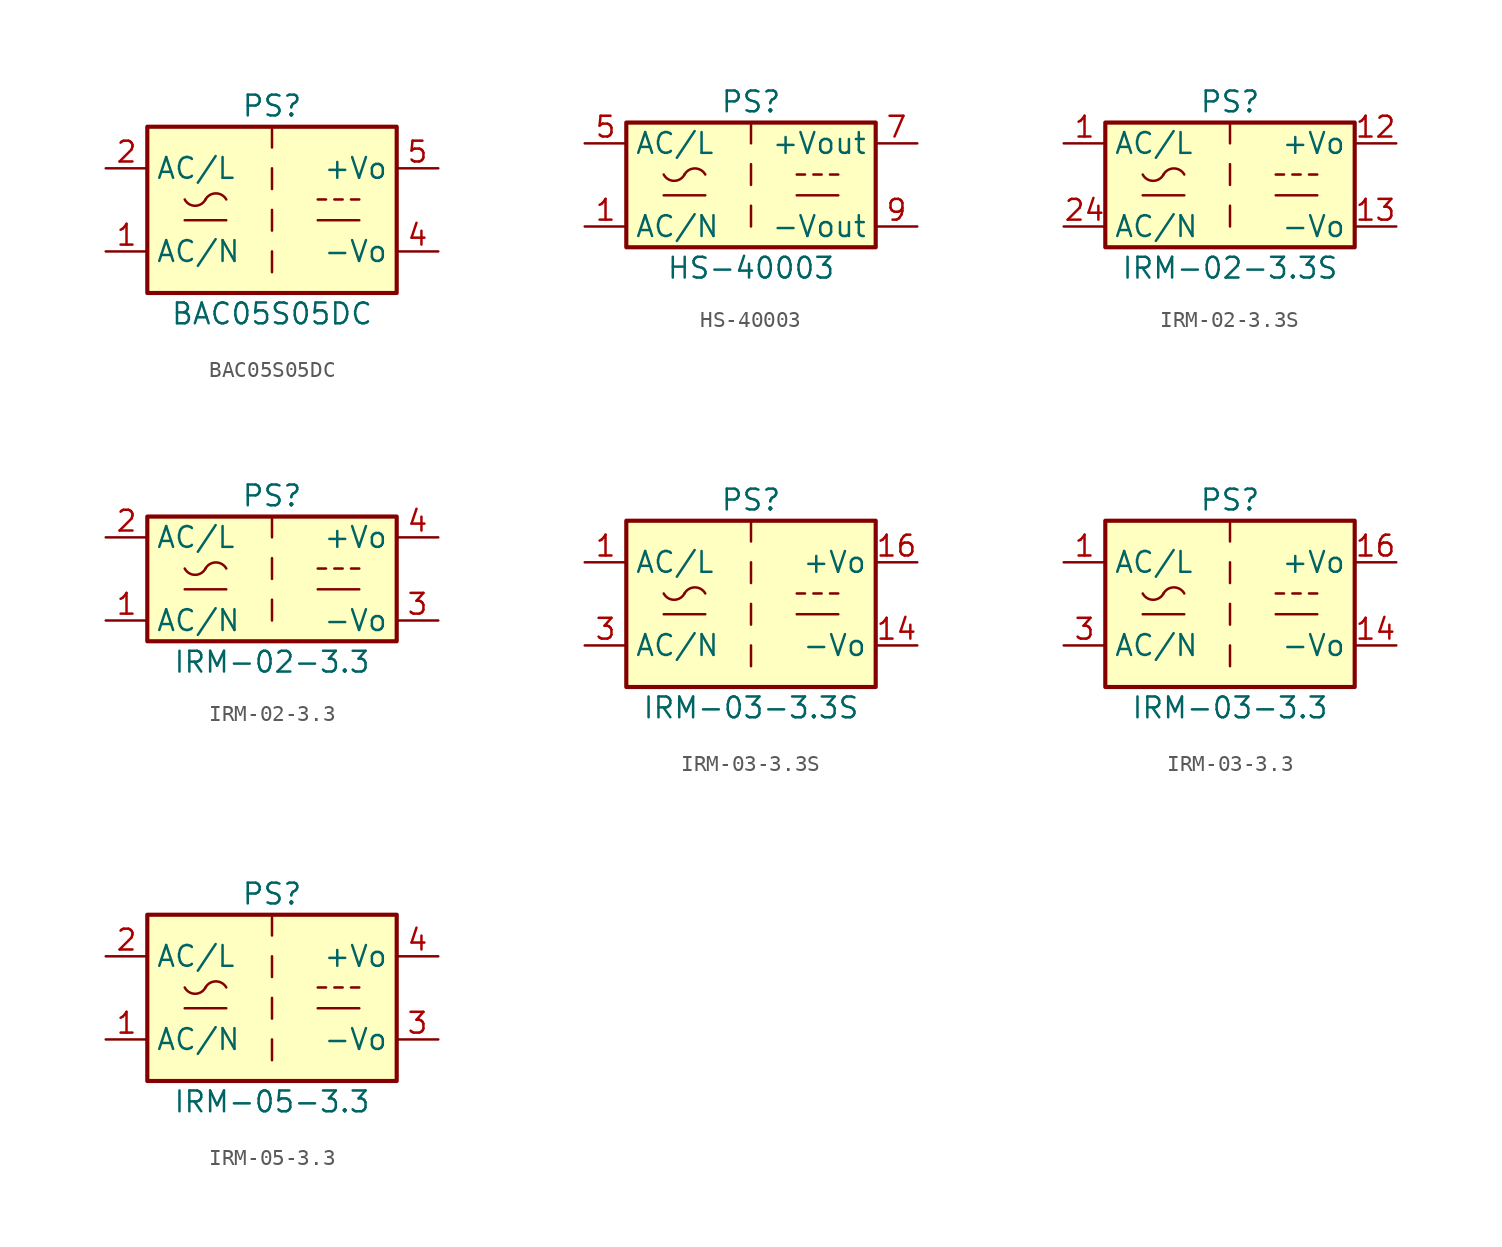
<source format=kicad_sym>
(kicad_symbol_lib
  (version 20241209)
  (generator "kicad_symbol_editor")
  (generator_version "9.0")
  (symbol "BAC05S05DC"
    (property "Reference" "PS"
      (at 0 6.35 0)
      (effects (font (size 1.27 1.27))))
    (property "Value" "BAC05S05DC"
      (at 0 -6.35 0)
      (effects (font (size 1.27 1.27))))
    (symbol "BAC05S05DC_0_1"
      (rectangle (start -7.62 5.08) (end 7.62 -5.08) (stroke (width 0.254) (type default)) (fill (type background)))
      (polyline (pts (xy -5.334 -0.635) (xy -2.794 -0.635)) (stroke (width 0) (type default)) (fill (type none)))
      (arc (start -4.064 0.635) (mid -4.699 0.2495) (end -5.334 0.635) (stroke (width 0) (type default)) (fill (type none)))
      (arc (start -4.064 0.635) (mid -3.429 1.0072) (end -2.794 0.635) (stroke (width 0) (type default)) (fill (type none)))
      (polyline (pts (xy 0 5.08) (xy 0 3.81)) (stroke (width 0) (type default)) (fill (type none)))
      (polyline (pts (xy 0 2.54) (xy 0 1.27)) (stroke (width 0) (type default)) (fill (type none)))
      (polyline (pts (xy 0 0) (xy 0 -1.27)) (stroke (width 0) (type default)) (fill (type none)))
      (polyline (pts (xy 0 -2.54) (xy 0 -3.81)) (stroke (width 0) (type default)) (fill (type none)))
      (polyline (pts (xy 2.794 0.635) (xy 3.302 0.635)) (stroke (width 0) (type default)) (fill (type none)))
      (polyline (pts (xy 2.794 -0.635) (xy 5.334 -0.635)) (stroke (width 0) (type default)) (fill (type none)))
      (polyline (pts (xy 3.81 0.635) (xy 4.318 0.635)) (stroke (width 0) (type default)) (fill (type none)))
      (polyline (pts (xy 4.826 0.635) (xy 5.334 0.635)) (stroke (width 0) (type default)) (fill (type none))))
    (symbol "BAC05S05DC_1_1"
      (pin power_in line (at -10.16 2.54 0) (length 2.54) (name "AC/L" (effects (font (size 1.27 1.27)))) (number "2" (effects (font (size 1.27 1.27)))))
      (pin power_in line (at -10.16 -2.54 0) (length 2.54) (name "AC/N" (effects (font (size 1.27 1.27)))) (number "1" (effects (font (size 1.27 1.27)))))
      (pin no_connect line (at 7.62 0 180) (length 2.54) (hide yes) (name "NC" (effects (font (size 1.27 1.27)))) (number "3" (effects (font (size 1.27 1.27)))))
      (pin power_out line (at 10.16 2.54 180) (length 2.54) (name "+Vo" (effects (font (size 1.27 1.27)))) (number "5" (effects (font (size 1.27 1.27)))))
      (pin power_out line (at 10.16 -2.54 180) (length 2.54) (name "-Vo" (effects (font (size 1.27 1.27)))) (number "4" (effects (font (size 1.27 1.27)))))))
  (symbol "HS-40003"
    (property "Reference" "PS"
      (at 0 5.08 0)
      (effects (font (size 1.27 1.27))))
    (property "Value" "HS-40003"
      (at 0 -5.08 0)
      (effects (font (size 1.27 1.27))))
    (symbol "HS-40003_0_1"
      (rectangle (start -7.62 3.81) (end 7.62 -3.81) (stroke (width 0.254) (type default)) (fill (type background)))
      (polyline (pts (xy -5.334 -0.635) (xy -2.794 -0.635)) (stroke (width 0) (type default)) (fill (type none)))
      (arc (start -4.064 0.635) (mid -4.699 0.2495) (end -5.334 0.635) (stroke (width 0) (type default)) (fill (type none)))
      (arc (start -4.064 0.635) (mid -3.429 1.0072) (end -2.794 0.635) (stroke (width 0) (type default)) (fill (type none)))
      (polyline (pts (xy 2.794 0.635) (xy 3.302 0.635)) (stroke (width 0) (type default)) (fill (type none)))
      (polyline (pts (xy 2.794 -0.635) (xy 5.334 -0.635)) (stroke (width 0) (type default)) (fill (type none)))
      (polyline (pts (xy 3.81 0.635) (xy 4.318 0.635)) (stroke (width 0) (type default)) (fill (type none)))
      (polyline (pts (xy 4.826 0.635) (xy 5.334 0.635)) (stroke (width 0) (type default)) (fill (type none))))
    (symbol "HS-40003_1_1"
      (polyline (pts (xy 0 3.81) (xy 0 2.54)) (stroke (width 0) (type default)) (fill (type none)))
      (polyline (pts (xy 0 1.27) (xy 0 0)) (stroke (width 0) (type default)) (fill (type none)))
      (polyline (pts (xy 0 -1.27) (xy 0 -2.54)) (stroke (width 0) (type default)) (fill (type none)))
      (pin power_in line (at -10.16 2.54 0) (length 2.54) (name "AC/L" (effects (font (size 1.27 1.27)))) (number "5" (effects (font (size 1.27 1.27)))))
      (pin power_in line (at -10.16 -2.54 0) (length 2.54) (name "AC/N" (effects (font (size 1.27 1.27)))) (number "1" (effects (font (size 1.27 1.27)))))
      (pin power_out line (at 10.16 2.54 180) (length 2.54) (name "+Vout" (effects (font (size 1.27 1.27)))) (number "7" (effects (font (size 1.27 1.27)))))
      (pin power_out line (at 10.16 -2.54 180) (length 2.54) (name "-Vout" (effects (font (size 1.27 1.27)))) (number "9" (effects (font (size 1.27 1.27)))))))
  (symbol "IRM-02-3.3S"
    (property "Reference" "PS"
      (at 0 5.08 0)
      (effects (font (size 1.27 1.27))))
    (property "Value" "IRM-02-3.3S"
      (at 0 -5.08 0)
      (effects (font (size 1.27 1.27))))
    (symbol "IRM-02-3.3S_1_1"
      (rectangle (start -7.62 3.81) (end 7.62 -3.81) (stroke (width 0.254) (type default)) (fill (type background)))
      (polyline (pts (xy -5.334 -0.635) (xy -2.794 -0.635)) (stroke (width 0) (type default)) (fill (type none)))
      (arc (start -4.064 0.635) (mid -4.699 0.2495) (end -5.334 0.635) (stroke (width 0) (type default)) (fill (type none)))
      (arc (start -4.064 0.635) (mid -3.429 1.0072) (end -2.794 0.635) (stroke (width 0) (type default)) (fill (type none)))
      (polyline (pts (xy 0 3.81) (xy 0 2.54)) (stroke (width 0) (type default)) (fill (type none)))
      (polyline (pts (xy 0 1.27) (xy 0 0)) (stroke (width 0) (type default)) (fill (type none)))
      (polyline (pts (xy 0 -1.27) (xy 0 -2.54)) (stroke (width 0) (type default)) (fill (type none)))
      (polyline (pts (xy 2.794 0.635) (xy 3.302 0.635)) (stroke (width 0) (type default)) (fill (type none)))
      (polyline (pts (xy 2.794 -0.635) (xy 5.334 -0.635)) (stroke (width 0) (type default)) (fill (type none)))
      (polyline (pts (xy 3.81 0.635) (xy 4.318 0.635)) (stroke (width 0) (type default)) (fill (type none)))
      (polyline (pts (xy 4.826 0.635) (xy 5.334 0.635)) (stroke (width 0) (type default)) (fill (type none)))
      (pin power_in line (at -10.16 2.54 0) (length 2.54) (name "AC/L" (effects (font (size 1.27 1.27)))) (number "1" (effects (font (size 1.27 1.27)))))
      (pin power_in line (at -10.16 -2.54 0) (length 2.54) (name "AC/N" (effects (font (size 1.27 1.27)))) (number "24" (effects (font (size 1.27 1.27)))))
      (pin power_out line (at 10.16 2.54 180) (length 2.54) (name "+Vo" (effects (font (size 1.27 1.27)))) (number "12" (effects (font (size 1.27 1.27)))))
      (pin power_out line (at 10.16 -2.54 180) (length 2.54) (name "-Vo" (effects (font (size 1.27 1.27)))) (number "13" (effects (font (size 1.27 1.27)))))))
  (symbol "IRM-02-3.3"
    (property "Reference" "PS"
      (at 0 5.08 0)
      (effects (font (size 1.27 1.27))))
    (property "Value" "IRM-02-3.3"
      (at 0 -5.08 0)
      (effects (font (size 1.27 1.27))))
    (symbol "IRM-02-3.3_0_1"
      (rectangle (start -7.62 3.81) (end 7.62 -3.81) (stroke (width 0.254) (type default)) (fill (type background)))
      (polyline (pts (xy -5.334 -0.635) (xy -2.794 -0.635)) (stroke (width 0) (type default)) (fill (type none)))
      (arc (start -4.064 0.635) (mid -4.699 0.2495) (end -5.334 0.635) (stroke (width 0) (type default)) (fill (type none)))
      (arc (start -4.064 0.635) (mid -3.429 1.0072) (end -2.794 0.635) (stroke (width 0) (type default)) (fill (type none)))
      (polyline (pts (xy 2.794 0.635) (xy 3.302 0.635)) (stroke (width 0) (type default)) (fill (type none)))
      (polyline (pts (xy 2.794 -0.635) (xy 5.334 -0.635)) (stroke (width 0) (type default)) (fill (type none)))
      (polyline (pts (xy 3.81 0.635) (xy 4.318 0.635)) (stroke (width 0) (type default)) (fill (type none)))
      (polyline (pts (xy 4.826 0.635) (xy 5.334 0.635)) (stroke (width 0) (type default)) (fill (type none))))
    (symbol "IRM-02-3.3_1_1"
      (polyline (pts (xy 0 3.81) (xy 0 2.54)) (stroke (width 0) (type default)) (fill (type none)))
      (polyline (pts (xy 0 1.27) (xy 0 0)) (stroke (width 0) (type default)) (fill (type none)))
      (polyline (pts (xy 0 -1.27) (xy 0 -2.54)) (stroke (width 0) (type default)) (fill (type none)))
      (pin power_in line (at -10.16 2.54 0) (length 2.54) (name "AC/L" (effects (font (size 1.27 1.27)))) (number "2" (effects (font (size 1.27 1.27)))))
      (pin power_in line (at -10.16 -2.54 0) (length 2.54) (name "AC/N" (effects (font (size 1.27 1.27)))) (number "1" (effects (font (size 1.27 1.27)))))
      (pin power_out line (at 10.16 2.54 180) (length 2.54) (name "+Vo" (effects (font (size 1.27 1.27)))) (number "4" (effects (font (size 1.27 1.27)))))
      (pin power_out line (at 10.16 -2.54 180) (length 2.54) (name "-Vo" (effects (font (size 1.27 1.27)))) (number "3" (effects (font (size 1.27 1.27)))))))
  (symbol "IRM-03-3.3S"
    (property "Reference" "PS"
      (at 0 6.35 0)
      (effects (font (size 1.27 1.27))))
    (property "Value" "IRM-03-3.3S"
      (at 0 -6.35 0)
      (effects (font (size 1.27 1.27))))
    (symbol "IRM-03-3.3S_0_1"
      (rectangle (start -7.62 5.08) (end 7.62 -5.08) (stroke (width 0.254) (type default)) (fill (type background)))
      (polyline (pts (xy -5.334 -0.635) (xy -2.794 -0.635)) (stroke (width 0) (type default)) (fill (type none)))
      (arc (start -4.064 0.635) (mid -4.699 0.2495) (end -5.334 0.635) (stroke (width 0) (type default)) (fill (type none)))
      (arc (start -4.064 0.635) (mid -3.429 1.0072) (end -2.794 0.635) (stroke (width 0) (type default)) (fill (type none)))
      (polyline (pts (xy 0 5.08) (xy 0 3.81)) (stroke (width 0) (type default)) (fill (type none)))
      (polyline (pts (xy 0 2.54) (xy 0 1.27)) (stroke (width 0) (type default)) (fill (type none)))
      (polyline (pts (xy 0 0) (xy 0 -1.27)) (stroke (width 0) (type default)) (fill (type none)))
      (polyline (pts (xy 0 -2.54) (xy 0 -3.81)) (stroke (width 0) (type default)) (fill (type none)))
      (polyline (pts (xy 2.794 0.635) (xy 3.302 0.635)) (stroke (width 0) (type default)) (fill (type none)))
      (polyline (pts (xy 2.794 -0.635) (xy 5.334 -0.635)) (stroke (width 0) (type default)) (fill (type none)))
      (polyline (pts (xy 3.81 0.635) (xy 4.318 0.635)) (stroke (width 0) (type default)) (fill (type none)))
      (polyline (pts (xy 4.826 0.635) (xy 5.334 0.635)) (stroke (width 0) (type default)) (fill (type none))))
    (symbol "IRM-03-3.3S_1_1"
      (pin power_in line (at -10.16 2.54 0) (length 2.54) (name "AC/L" (effects (font (size 1.27 1.27)))) (number "1" (effects (font (size 1.27 1.27)))))
      (pin power_in line (at -10.16 -2.54 0) (length 2.54) (name "AC/N" (effects (font (size 1.27 1.27)))) (number "3" (effects (font (size 1.27 1.27)))))
      (pin power_out line (at 10.16 2.54 180) (length 2.54) (name "+Vo" (effects (font (size 1.27 1.27)))) (number "16" (effects (font (size 1.27 1.27)))))
      (pin power_out line (at 10.16 -2.54 180) (length 2.54) (name "-Vo" (effects (font (size 1.27 1.27)))) (number "14" (effects (font (size 1.27 1.27)))))))
  (symbol "IRM-03-3.3"
    (property "Reference" "PS"
      (at 0 6.35 0)
      (effects (font (size 1.27 1.27))))
    (property "Value" "IRM-03-3.3"
      (at 0 -6.35 0)
      (effects (font (size 1.27 1.27))))
    (symbol "IRM-03-3.3_0_1"
      (rectangle (start -7.62 5.08) (end 7.62 -5.08) (stroke (width 0.254) (type default)) (fill (type background)))
      (polyline (pts (xy -5.334 -0.635) (xy -2.794 -0.635)) (stroke (width 0) (type default)) (fill (type none)))
      (arc (start -4.064 0.635) (mid -4.699 0.2495) (end -5.334 0.635) (stroke (width 0) (type default)) (fill (type none)))
      (arc (start -4.064 0.635) (mid -3.429 1.0072) (end -2.794 0.635) (stroke (width 0) (type default)) (fill (type none)))
      (polyline (pts (xy 0 5.08) (xy 0 3.81)) (stroke (width 0) (type default)) (fill (type none)))
      (polyline (pts (xy 0 2.54) (xy 0 1.27)) (stroke (width 0) (type default)) (fill (type none)))
      (polyline (pts (xy 0 0) (xy 0 -1.27)) (stroke (width 0) (type default)) (fill (type none)))
      (polyline (pts (xy 0 -2.54) (xy 0 -3.81)) (stroke (width 0) (type default)) (fill (type none)))
      (polyline (pts (xy 2.794 0.635) (xy 3.302 0.635)) (stroke (width 0) (type default)) (fill (type none)))
      (polyline (pts (xy 2.794 -0.635) (xy 5.334 -0.635)) (stroke (width 0) (type default)) (fill (type none)))
      (polyline (pts (xy 3.81 0.635) (xy 4.318 0.635)) (stroke (width 0) (type default)) (fill (type none)))
      (polyline (pts (xy 4.826 0.635) (xy 5.334 0.635)) (stroke (width 0) (type default)) (fill (type none))))
    (symbol "IRM-03-3.3_1_1"
      (pin power_in line (at -10.16 2.54 0) (length 2.54) (name "AC/L" (effects (font (size 1.27 1.27)))) (number "1" (effects (font (size 1.27 1.27)))))
      (pin power_in line (at -10.16 -2.54 0) (length 2.54) (name "AC/N" (effects (font (size 1.27 1.27)))) (number "3" (effects (font (size 1.27 1.27)))))
      (pin no_connect line (at -7.62 0 0) (length 2.54) (hide yes) (name "NC" (effects (font (size 1.27 1.27)))) (number "5" (effects (font (size 1.27 1.27)))))
      (pin power_out line (at 10.16 2.54 180) (length 2.54) (name "+Vo" (effects (font (size 1.27 1.27)))) (number "16" (effects (font (size 1.27 1.27)))))
      (pin power_out line (at 10.16 -2.54 180) (length 2.54) (name "-Vo" (effects (font (size 1.27 1.27)))) (number "14" (effects (font (size 1.27 1.27)))))))
  (symbol "IRM-05-3.3"
    (property "Reference" "PS"
      (at 0 6.35 0)
      (effects (font (size 1.27 1.27))))
    (property "Value" "IRM-05-3.3"
      (at 0 -6.35 0)
      (effects (font (size 1.27 1.27))))
    (symbol "IRM-05-3.3_0_1"
      (rectangle (start -7.62 5.08) (end 7.62 -5.08) (stroke (width 0.254) (type default)) (fill (type background)))
      (polyline (pts (xy -5.334 -0.635) (xy -2.794 -0.635)) (stroke (width 0) (type default)) (fill (type none)))
      (arc (start -4.064 0.635) (mid -4.699 0.2495) (end -5.334 0.635) (stroke (width 0) (type default)) (fill (type none)))
      (arc (start -4.064 0.635) (mid -3.429 1.0072) (end -2.794 0.635) (stroke (width 0) (type default)) (fill (type none)))
      (polyline (pts (xy 0 5.08) (xy 0 3.81)) (stroke (width 0) (type default)) (fill (type none)))
      (polyline (pts (xy 0 2.54) (xy 0 1.27)) (stroke (width 0) (type default)) (fill (type none)))
      (polyline (pts (xy 0 0) (xy 0 -1.27)) (stroke (width 0) (type default)) (fill (type none)))
      (polyline (pts (xy 0 -2.54) (xy 0 -3.81)) (stroke (width 0) (type default)) (fill (type none)))
      (polyline (pts (xy 2.794 0.635) (xy 3.302 0.635)) (stroke (width 0) (type default)) (fill (type none)))
      (polyline (pts (xy 2.794 -0.635) (xy 5.334 -0.635)) (stroke (width 0) (type default)) (fill (type none)))
      (polyline (pts (xy 3.81 0.635) (xy 4.318 0.635)) (stroke (width 0) (type default)) (fill (type none)))
      (polyline (pts (xy 4.826 0.635) (xy 5.334 0.635)) (stroke (width 0) (type default)) (fill (type none))))
    (symbol "IRM-05-3.3_1_1"
      (pin power_in line (at -10.16 2.54 0) (length 2.54) (name "AC/L" (effects (font (size 1.27 1.27)))) (number "2" (effects (font (size 1.27 1.27)))))
      (pin power_in line (at -10.16 -2.54 0) (length 2.54) (name "AC/N" (effects (font (size 1.27 1.27)))) (number "1" (effects (font (size 1.27 1.27)))))
      (pin power_out line (at 10.16 2.54 180) (length 2.54) (name "+Vo" (effects (font (size 1.27 1.27)))) (number "4" (effects (font (size 1.27 1.27)))))
      (pin power_out line (at 10.16 -2.54 180) (length 2.54) (name "-Vo" (effects (font (size 1.27 1.27)))) (number "3" (effects (font (size 1.27 1.27))))))))
</source>
